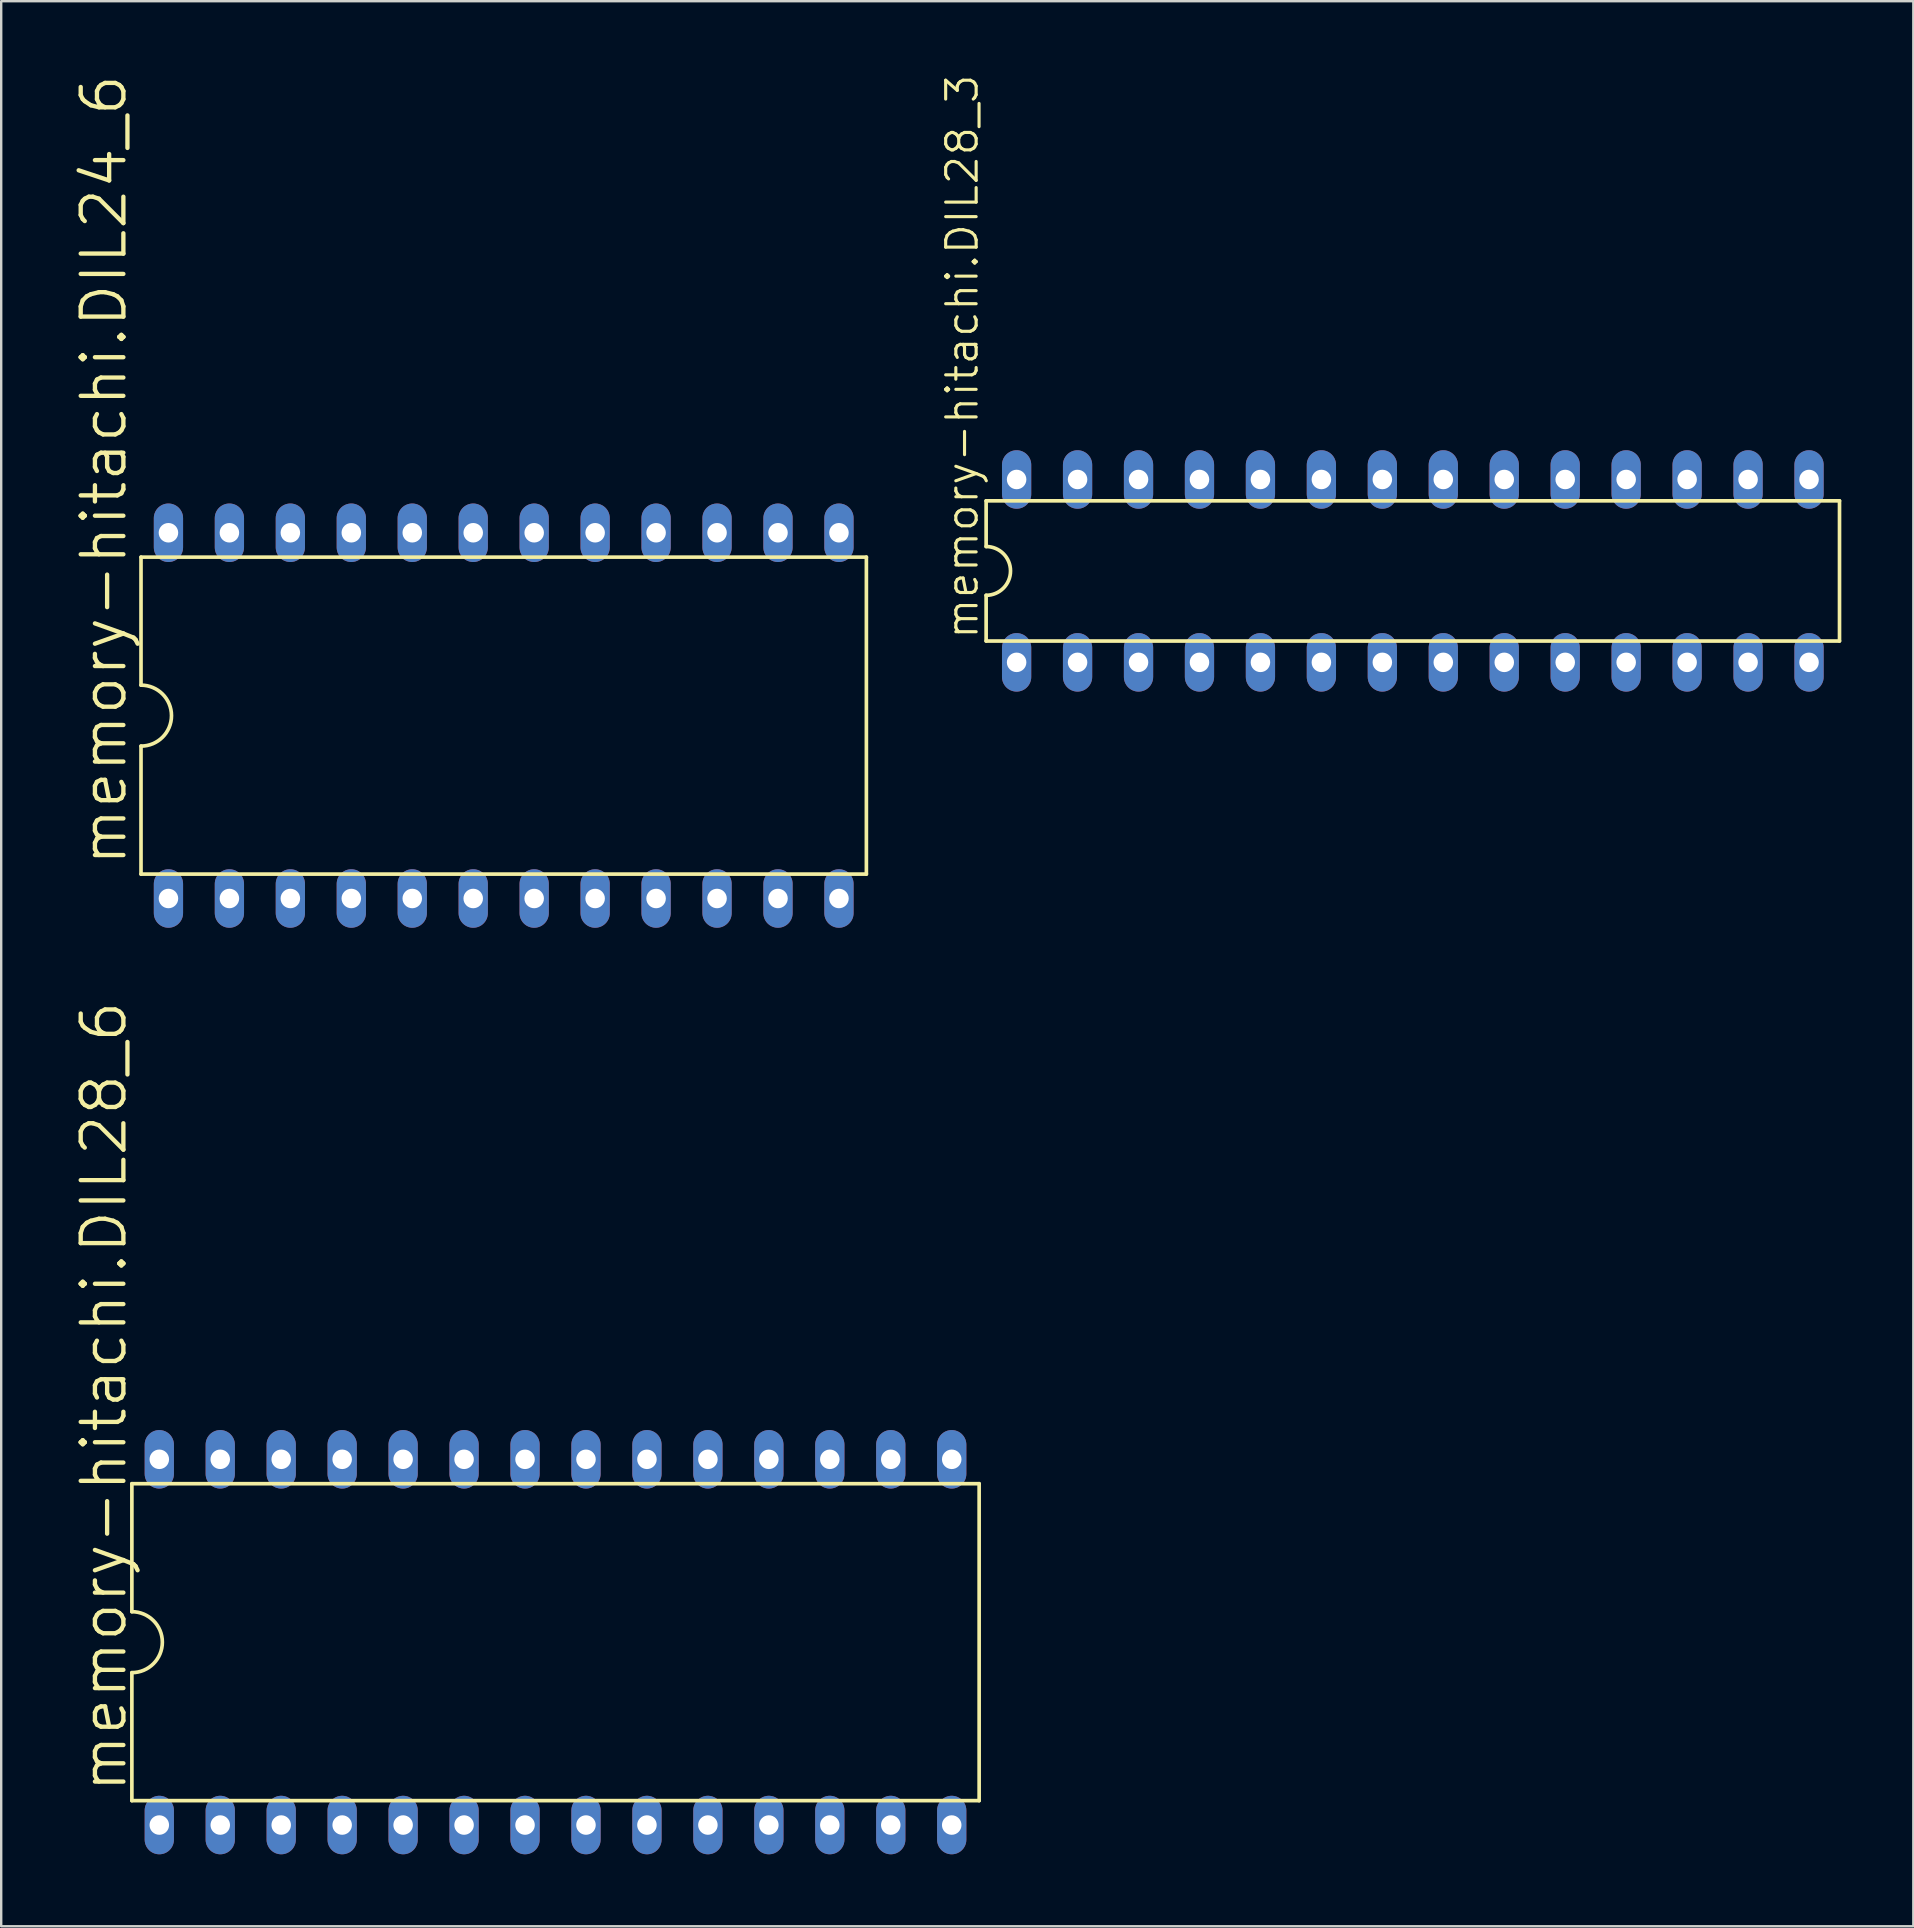
<source format=kicad_pcb>
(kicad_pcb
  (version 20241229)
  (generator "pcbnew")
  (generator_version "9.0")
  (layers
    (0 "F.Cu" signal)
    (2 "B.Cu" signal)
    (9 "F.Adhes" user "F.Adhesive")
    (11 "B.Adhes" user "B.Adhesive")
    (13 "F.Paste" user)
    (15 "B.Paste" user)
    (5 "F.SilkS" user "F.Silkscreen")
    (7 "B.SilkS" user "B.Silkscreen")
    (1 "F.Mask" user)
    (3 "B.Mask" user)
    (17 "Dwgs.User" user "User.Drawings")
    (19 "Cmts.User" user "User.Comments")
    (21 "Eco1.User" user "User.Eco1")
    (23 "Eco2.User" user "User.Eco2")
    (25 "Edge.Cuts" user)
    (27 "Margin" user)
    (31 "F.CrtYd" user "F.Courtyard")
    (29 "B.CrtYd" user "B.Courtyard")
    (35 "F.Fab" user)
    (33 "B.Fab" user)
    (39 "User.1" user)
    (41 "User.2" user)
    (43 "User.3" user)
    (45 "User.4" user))
  (footprint "memory-hitachi.DIL28_6"
    (layer "F.Cu")
    (at 20.098 65.379)
    (property "Reference" "memory-hitachi.DIL28_6" (at -17.78 6.35 90) (layer "F.SilkS") (effects (font (size 1.778 1.778) (thickness 0.18)) (justify left bottom)))
    (attr through_hole)
    (fp_line (start -17.653 -6.604) (end -17.653 -1.27) (stroke (width 0.152) (type default)) (layer "F.SilkS"))
    (fp_line (start -17.653 -6.604) (end 17.653 -6.604) (stroke (width 0.152) (type default)) (layer "F.SilkS"))
    (fp_line (start -17.653 1.27) (end -17.653 6.604) (stroke (width 0.152) (type default)) (layer "F.SilkS"))
    (fp_line (start -17.653 6.604) (end 17.653 6.604) (stroke (width 0.152) (type default)) (layer "F.SilkS"))
    (fp_line (start 17.653 6.604) (end 17.653 -6.604) (stroke (width 0.152) (type default)) (layer "F.SilkS"))
    (fp_arc (start -17.653 -1.27) (mid -16.383 0) (end -17.653 1.27) (stroke (width 0.1524) (type default)) (layer "F.SilkS"))
    (pad "1" thru_hole oval (at -16.51 7.62 90) (size 2.438 1.219) (drill 0.813) (layers "*.Cu" "*.Mask"))
    (pad "2" thru_hole oval (at -13.97 7.62 90) (size 2.438 1.219) (drill 0.813) (layers "*.Cu" "*.Mask"))
    (pad "3" thru_hole oval (at -11.43 7.62 90) (size 2.438 1.219) (drill 0.813) (layers "*.Cu" "*.Mask"))
    (pad "4" thru_hole oval (at -8.89 7.62 90) (size 2.438 1.219) (drill 0.813) (layers "*.Cu" "*.Mask"))
    (pad "5" thru_hole oval (at -6.35 7.62 90) (size 2.438 1.219) (drill 0.813) (layers "*.Cu" "*.Mask"))
    (pad "6" thru_hole oval (at -3.81 7.62 90) (size 2.438 1.219) (drill 0.813) (layers "*.Cu" "*.Mask"))
    (pad "7" thru_hole oval (at -1.27 7.62 90) (size 2.438 1.219) (drill 0.813) (layers "*.Cu" "*.Mask"))
    (pad "8" thru_hole oval (at 1.27 7.62 90) (size 2.438 1.219) (drill 0.813) (layers "*.Cu" "*.Mask"))
    (pad "9" thru_hole oval (at 3.81 7.62 90) (size 2.438 1.219) (drill 0.813) (layers "*.Cu" "*.Mask"))
    (pad "10" thru_hole oval (at 6.35 7.62 90) (size 2.438 1.219) (drill 0.813) (layers "*.Cu" "*.Mask"))
    (pad "11" thru_hole oval (at 8.89 7.62 90) (size 2.438 1.219) (drill 0.813) (layers "*.Cu" "*.Mask"))
    (pad "12" thru_hole oval (at 11.43 7.62 90) (size 2.438 1.219) (drill 0.813) (layers "*.Cu" "*.Mask"))
    (pad "13" thru_hole oval (at 13.97 7.62 90) (size 2.438 1.219) (drill 0.813) (layers "*.Cu" "*.Mask"))
    (pad "14" thru_hole oval (at 16.51 7.62 90) (size 2.438 1.219) (drill 0.813) (layers "*.Cu" "*.Mask"))
    (pad "15" thru_hole oval (at 16.51 -7.62 90) (size 2.438 1.219) (drill 0.813) (layers "*.Cu" "*.Mask"))
    (pad "16" thru_hole oval (at 13.97 -7.62 90) (size 2.438 1.219) (drill 0.813) (layers "*.Cu" "*.Mask"))
    (pad "17" thru_hole oval (at 11.43 -7.62 90) (size 2.438 1.219) (drill 0.813) (layers "*.Cu" "*.Mask"))
    (pad "18" thru_hole oval (at 8.89 -7.62 90) (size 2.438 1.219) (drill 0.813) (layers "*.Cu" "*.Mask"))
    (pad "19" thru_hole oval (at 6.35 -7.62 90) (size 2.438 1.219) (drill 0.813) (layers "*.Cu" "*.Mask"))
    (pad "20" thru_hole oval (at 3.81 -7.62 90) (size 2.438 1.219) (drill 0.813) (layers "*.Cu" "*.Mask"))
    (pad "21" thru_hole oval (at 1.27 -7.62 90) (size 2.438 1.219) (drill 0.813) (layers "*.Cu" "*.Mask"))
    (pad "22" thru_hole oval (at -1.27 -7.62 90) (size 2.438 1.219) (drill 0.813) (layers "*.Cu" "*.Mask"))
    (pad "23" thru_hole oval (at -3.81 -7.62 90) (size 2.438 1.219) (drill 0.813) (layers "*.Cu" "*.Mask"))
    (pad "24" thru_hole oval (at -6.35 -7.62 90) (size 2.438 1.219) (drill 0.813) (layers "*.Cu" "*.Mask"))
    (pad "25" thru_hole oval (at -8.89 -7.62 90) (size 2.438 1.219) (drill 0.813) (layers "*.Cu" "*.Mask"))
    (pad "26" thru_hole oval (at -11.43 -7.62 90) (size 2.438 1.219) (drill 0.813) (layers "*.Cu" "*.Mask"))
    (pad "27" thru_hole oval (at -13.97 -7.62 90) (size 2.438 1.219) (drill 0.813) (layers "*.Cu" "*.Mask"))
    (pad "28" thru_hole oval (at -16.51 -7.62 90) (size 2.438 1.219) (drill 0.813) (layers "*.Cu" "*.Mask")))
  (footprint "memory-hitachi.DIL24_6"
    (layer "F.Cu")
    (at 17.939 26.77)
    (property "Reference" "memory-hitachi.DIL24_6" (at -15.621 6.35 90) (layer "F.SilkS") (effects (font (size 1.778 1.778) (thickness 0.18)) (justify left bottom)))
    (attr through_hole)
    (fp_line (start -15.113 -6.604) (end -15.113 -1.27) (stroke (width 0.152) (type default)) (layer "F.SilkS"))
    (fp_line (start -15.113 -6.604) (end 15.113 -6.604) (stroke (width 0.152) (type default)) (layer "F.SilkS"))
    (fp_line (start -15.113 1.27) (end -15.113 6.604) (stroke (width 0.152) (type default)) (layer "F.SilkS"))
    (fp_line (start -15.113 6.604) (end 15.113 6.604) (stroke (width 0.152) (type default)) (layer "F.SilkS"))
    (fp_line (start 15.113 6.604) (end 15.113 -6.604) (stroke (width 0.152) (type default)) (layer "F.SilkS"))
    (fp_arc (start -15.113 -1.27) (mid -13.843 0) (end -15.113 1.27) (stroke (width 0.1524) (type default)) (layer "F.SilkS"))
    (pad "1" thru_hole oval (at -13.97 7.62 90) (size 2.438 1.219) (drill 0.813) (layers "*.Cu" "*.Mask"))
    (pad "2" thru_hole oval (at -11.43 7.62 90) (size 2.438 1.219) (drill 0.813) (layers "*.Cu" "*.Mask"))
    (pad "3" thru_hole oval (at -8.89 7.62 90) (size 2.438 1.219) (drill 0.813) (layers "*.Cu" "*.Mask"))
    (pad "4" thru_hole oval (at -6.35 7.62 90) (size 2.438 1.219) (drill 0.813) (layers "*.Cu" "*.Mask"))
    (pad "5" thru_hole oval (at -3.81 7.62 90) (size 2.438 1.219) (drill 0.813) (layers "*.Cu" "*.Mask"))
    (pad "6" thru_hole oval (at -1.27 7.62 90) (size 2.438 1.219) (drill 0.813) (layers "*.Cu" "*.Mask"))
    (pad "7" thru_hole oval (at 1.27 7.62 90) (size 2.438 1.219) (drill 0.813) (layers "*.Cu" "*.Mask"))
    (pad "8" thru_hole oval (at 3.81 7.62 90) (size 2.438 1.219) (drill 0.813) (layers "*.Cu" "*.Mask"))
    (pad "9" thru_hole oval (at 6.35 7.62 90) (size 2.438 1.219) (drill 0.813) (layers "*.Cu" "*.Mask"))
    (pad "10" thru_hole oval (at 8.89 7.62 90) (size 2.438 1.219) (drill 0.813) (layers "*.Cu" "*.Mask"))
    (pad "11" thru_hole oval (at 11.43 7.62 90) (size 2.438 1.219) (drill 0.813) (layers "*.Cu" "*.Mask"))
    (pad "12" thru_hole oval (at 13.97 7.62 90) (size 2.438 1.219) (drill 0.813) (layers "*.Cu" "*.Mask"))
    (pad "13" thru_hole oval (at 13.97 -7.62 90) (size 2.438 1.219) (drill 0.813) (layers "*.Cu" "*.Mask"))
    (pad "14" thru_hole oval (at 11.43 -7.62 90) (size 2.438 1.219) (drill 0.813) (layers "*.Cu" "*.Mask"))
    (pad "15" thru_hole oval (at 8.89 -7.62 90) (size 2.438 1.219) (drill 0.813) (layers "*.Cu" "*.Mask"))
    (pad "16" thru_hole oval (at 6.35 -7.62 90) (size 2.438 1.219) (drill 0.813) (layers "*.Cu" "*.Mask"))
    (pad "17" thru_hole oval (at 3.81 -7.62 90) (size 2.438 1.219) (drill 0.813) (layers "*.Cu" "*.Mask"))
    (pad "18" thru_hole oval (at 1.27 -7.62 90) (size 2.438 1.219) (drill 0.813) (layers "*.Cu" "*.Mask"))
    (pad "19" thru_hole oval (at -1.27 -7.62 90) (size 2.438 1.219) (drill 0.813) (layers "*.Cu" "*.Mask"))
    (pad "20" thru_hole oval (at -3.81 -7.62 90) (size 2.438 1.219) (drill 0.813) (layers "*.Cu" "*.Mask"))
    (pad "21" thru_hole oval (at -6.35 -7.62 90) (size 2.438 1.219) (drill 0.813) (layers "*.Cu" "*.Mask"))
    (pad "22" thru_hole oval (at -8.89 -7.62 90) (size 2.438 1.219) (drill 0.813) (layers "*.Cu" "*.Mask"))
    (pad "23" thru_hole oval (at -11.43 -7.62 90) (size 2.438 1.219) (drill 0.813) (layers "*.Cu" "*.Mask"))
    (pad "24" thru_hole oval (at -13.97 -7.62 90) (size 2.438 1.219) (drill 0.813) (layers "*.Cu" "*.Mask")))
  (footprint "memory-hitachi.DIL28_3"
    (layer "F.Cu")
    (at 55.822 20.74)
    (property "Reference" "memory-hitachi.DIL28_3" (at -18.034 2.921 90) (layer "F.SilkS") (effects (font (size 1.27 1.27) (thickness 0.13)) (justify left bottom)))
    (attr through_hole)
    (fp_line (start -17.78 -2.921) (end -17.78 -1.016) (stroke (width 0.152) (type default)) (layer "F.SilkS"))
    (fp_line (start -17.78 2.921) (end -17.78 1.016) (stroke (width 0.152) (type default)) (layer "F.SilkS"))
    (fp_line (start -17.78 2.921) (end 17.78 2.921) (stroke (width 0.152) (type default)) (layer "F.SilkS"))
    (fp_line (start 17.78 -2.921) (end -17.78 -2.921) (stroke (width 0.152) (type default)) (layer "F.SilkS"))
    (fp_line (start 17.78 -2.921) (end 17.78 2.921) (stroke (width 0.152) (type default)) (layer "F.SilkS"))
    (fp_arc (start -17.78 -1.016) (mid -16.764 0) (end -17.78 1.016) (stroke (width 0.1524) (type default)) (layer "F.SilkS"))
    (pad "1" thru_hole oval (at -16.51 3.81 90) (size 2.438 1.219) (drill 0.813) (layers "*.Cu" "*.Mask"))
    (pad "2" thru_hole oval (at -13.97 3.81 90) (size 2.438 1.219) (drill 0.813) (layers "*.Cu" "*.Mask"))
    (pad "3" thru_hole oval (at -11.43 3.81 90) (size 2.438 1.219) (drill 0.813) (layers "*.Cu" "*.Mask"))
    (pad "4" thru_hole oval (at -8.89 3.81 90) (size 2.438 1.219) (drill 0.813) (layers "*.Cu" "*.Mask"))
    (pad "5" thru_hole oval (at -6.35 3.81 90) (size 2.438 1.219) (drill 0.813) (layers "*.Cu" "*.Mask"))
    (pad "6" thru_hole oval (at -3.81 3.81 90) (size 2.438 1.219) (drill 0.813) (layers "*.Cu" "*.Mask"))
    (pad "7" thru_hole oval (at -1.27 3.81 90) (size 2.438 1.219) (drill 0.813) (layers "*.Cu" "*.Mask"))
    (pad "8" thru_hole oval (at 1.27 3.81 90) (size 2.438 1.219) (drill 0.813) (layers "*.Cu" "*.Mask"))
    (pad "9" thru_hole oval (at 3.81 3.81 90) (size 2.438 1.219) (drill 0.813) (layers "*.Cu" "*.Mask"))
    (pad "10" thru_hole oval (at 6.35 3.81 90) (size 2.438 1.219) (drill 0.813) (layers "*.Cu" "*.Mask"))
    (pad "11" thru_hole oval (at 8.89 3.81 90) (size 2.438 1.219) (drill 0.813) (layers "*.Cu" "*.Mask"))
    (pad "12" thru_hole oval (at 11.43 3.81 90) (size 2.438 1.219) (drill 0.813) (layers "*.Cu" "*.Mask"))
    (pad "13" thru_hole oval (at 13.97 3.81 90) (size 2.438 1.219) (drill 0.813) (layers "*.Cu" "*.Mask"))
    (pad "14" thru_hole oval (at 16.51 3.81 90) (size 2.438 1.219) (drill 0.813) (layers "*.Cu" "*.Mask"))
    (pad "15" thru_hole oval (at 16.51 -3.81 90) (size 2.438 1.219) (drill 0.813) (layers "*.Cu" "*.Mask"))
    (pad "16" thru_hole oval (at 13.97 -3.81 90) (size 2.438 1.219) (drill 0.813) (layers "*.Cu" "*.Mask"))
    (pad "17" thru_hole oval (at 11.43 -3.81 90) (size 2.438 1.219) (drill 0.813) (layers "*.Cu" "*.Mask"))
    (pad "18" thru_hole oval (at 8.89 -3.81 90) (size 2.438 1.219) (drill 0.813) (layers "*.Cu" "*.Mask"))
    (pad "19" thru_hole oval (at 6.35 -3.81 90) (size 2.438 1.219) (drill 0.813) (layers "*.Cu" "*.Mask"))
    (pad "20" thru_hole oval (at 3.81 -3.81 90) (size 2.438 1.219) (drill 0.813) (layers "*.Cu" "*.Mask"))
    (pad "21" thru_hole oval (at 1.27 -3.81 90) (size 2.438 1.219) (drill 0.813) (layers "*.Cu" "*.Mask"))
    (pad "22" thru_hole oval (at -1.27 -3.81 90) (size 2.438 1.219) (drill 0.813) (layers "*.Cu" "*.Mask"))
    (pad "23" thru_hole oval (at -3.81 -3.81 90) (size 2.438 1.219) (drill 0.813) (layers "*.Cu" "*.Mask"))
    (pad "24" thru_hole oval (at -6.35 -3.81 90) (size 2.438 1.219) (drill 0.813) (layers "*.Cu" "*.Mask"))
    (pad "25" thru_hole oval (at -8.89 -3.81 90) (size 2.438 1.219) (drill 0.813) (layers "*.Cu" "*.Mask"))
    (pad "26" thru_hole oval (at -11.43 -3.81 90) (size 2.438 1.219) (drill 0.813) (layers "*.Cu" "*.Mask"))
    (pad "27" thru_hole oval (at -13.97 -3.81 90) (size 2.438 1.219) (drill 0.813) (layers "*.Cu" "*.Mask"))
    (pad "28" thru_hole oval (at -16.51 -3.81 90) (size 2.438 1.219) (drill 0.813) (layers "*.Cu" "*.Mask")))
  (gr_rect
    (start -3 -3)
    (end 76.678 77.218)
    (stroke (width 0.1) (type default))
    (fill no)
    (layer "Edge.Cuts")))
</source>
